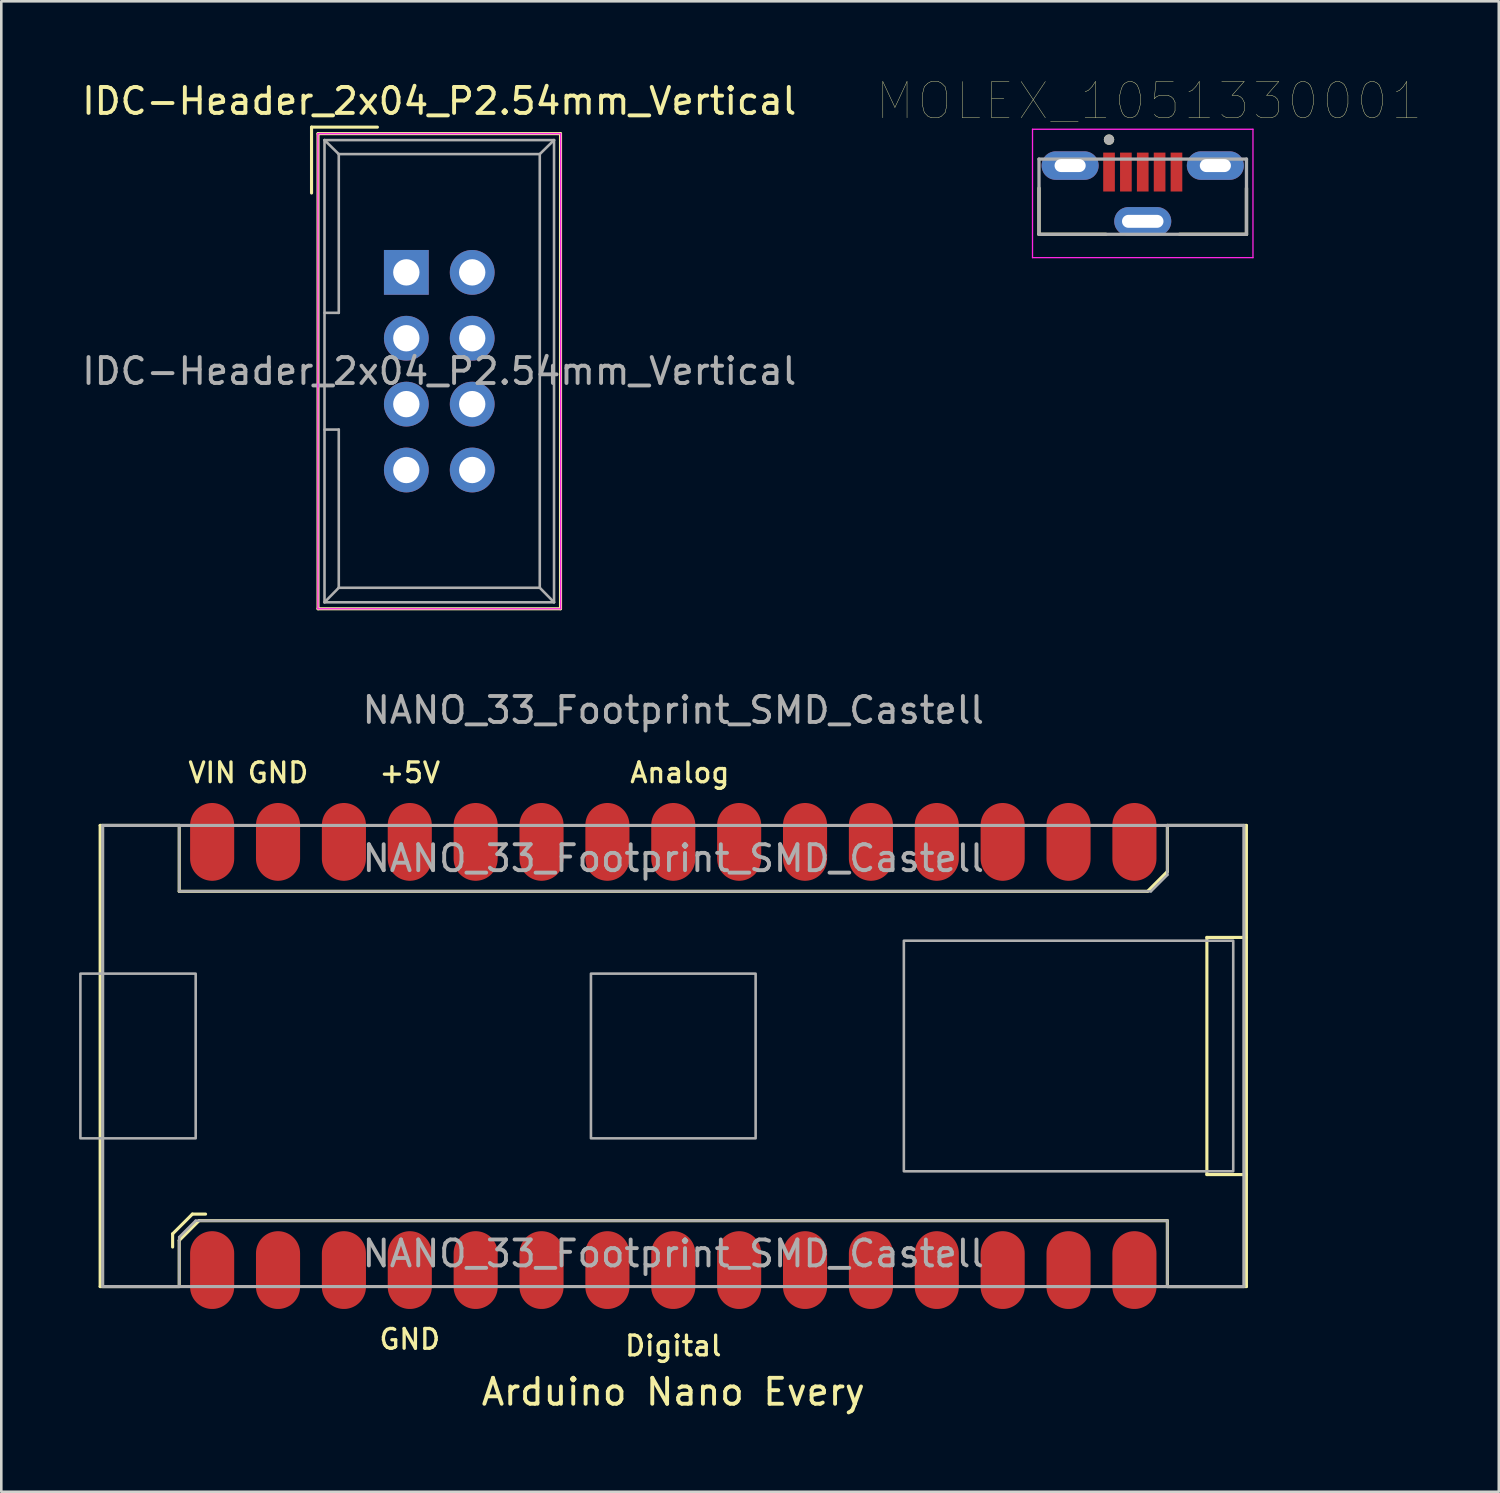
<source format=kicad_pcb>
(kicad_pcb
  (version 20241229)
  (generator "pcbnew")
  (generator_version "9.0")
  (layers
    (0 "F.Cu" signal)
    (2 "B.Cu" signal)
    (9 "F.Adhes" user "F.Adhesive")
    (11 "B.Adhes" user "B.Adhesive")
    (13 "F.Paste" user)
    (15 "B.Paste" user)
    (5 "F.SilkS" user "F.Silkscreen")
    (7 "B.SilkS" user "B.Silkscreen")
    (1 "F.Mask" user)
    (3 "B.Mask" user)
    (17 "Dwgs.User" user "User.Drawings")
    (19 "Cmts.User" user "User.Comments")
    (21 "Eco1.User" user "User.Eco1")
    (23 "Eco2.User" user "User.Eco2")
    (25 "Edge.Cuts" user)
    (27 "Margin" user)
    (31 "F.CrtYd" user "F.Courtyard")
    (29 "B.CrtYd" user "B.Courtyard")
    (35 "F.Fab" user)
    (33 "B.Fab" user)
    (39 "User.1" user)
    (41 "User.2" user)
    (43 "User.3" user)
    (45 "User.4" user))
  (footprint "MOLEX_1051330001"
    (layer "F.Cu")
    (at 41.011 3.334)
    (property "Reference" "MOLEX_1051330001" (at 0.245 -2.489 0) (layer "F.SilkS") (effects (font (size 1.4 1.4) (thickness 0.015))))
    (attr through_hole)
    (fp_line (start -4 0.87) (end -4 2.65) (stroke (width 0.127) (type solid)) (layer "F.SilkS"))
    (fp_line (start -4 2.65) (end -1.42 2.65) (stroke (width 0.127) (type solid)) (layer "F.SilkS"))
    (fp_line (start 4 0.87) (end 4 2.65) (stroke (width 0.127) (type solid)) (layer "F.SilkS"))
    (fp_line (start 4 2.65) (end 1.42 2.65) (stroke (width 0.127) (type solid)) (layer "F.SilkS"))
    (fp_circle (center -1.3 -1) (end -1.2 -1) (stroke (width 0.2) (type solid)) (fill no) (layer "F.SilkS"))
    (fp_line (start -4.25 -1.4) (end 4.25 -1.4) (stroke (width 0.05) (type solid)) (layer "F.CrtYd"))
    (fp_line (start -4.25 3.55) (end -4.25 -1.4) (stroke (width 0.05) (type solid)) (layer "F.CrtYd"))
    (fp_line (start 4.25 -1.4) (end 4.25 3.55) (stroke (width 0.05) (type solid)) (layer "F.CrtYd"))
    (fp_line (start 4.25 3.55) (end -4.25 3.55) (stroke (width 0.05) (type solid)) (layer "F.CrtYd"))
    (fp_line (start -4 -0.25) (end 4 -0.25) (stroke (width 0.127) (type solid)) (layer "F.Fab"))
    (fp_line (start -4 2.65) (end -4 -0.25) (stroke (width 0.127) (type solid)) (layer "F.Fab"))
    (fp_line (start 4 -0.25) (end 4 2.65) (stroke (width 0.127) (type solid)) (layer "F.Fab"))
    (fp_line (start 4 2.65) (end -4 2.65) (stroke (width 0.127) (type solid)) (layer "F.Fab"))
    (fp_circle (center -1.3 -1) (end -1.2 -1) (stroke (width 0.2) (type solid)) (fill no) (layer "F.Fab"))
    (pad "1" smd rect (at -1.3 0.25) (size 0.45 1.5) (layers "F.Cu" "F.Mask" "F.Paste"))
    (pad "2" smd rect (at -0.65 0.25) (size 0.45 1.5) (layers "F.Cu" "F.Mask" "F.Paste"))
    (pad "3" smd rect (at 0 0.25) (size 0.45 1.5) (layers "F.Cu" "F.Mask" "F.Paste"))
    (pad "4" smd rect (at 0.65 0.25) (size 0.45 1.5) (layers "F.Cu" "F.Mask" "F.Paste"))
    (pad "5" smd rect (at 1.3 0.25) (size 0.45 1.5) (layers "F.Cu" "F.Mask" "F.Paste"))
    (pad "S" thru_hole oval (at -2.8 0) (size 2.2 1.1) (drill oval 1.2 0.5) (layers "*.Cu" "*.Mask"))
    (pad "S" thru_hole oval (at 0 2.15) (size 2.2 1.1) (drill oval 1.6 0.5) (layers "*.Cu" "*.Mask"))
    (pad "S" thru_hole oval (at 2.8 0) (size 2.2 1.1) (drill oval 1.2 0.5) (layers "*.Cu" "*.Mask")))
  (footprint "NANO_33_Footprint_SMD_Castell"
    (layer "F.Cu")
    (at 22.91 37.666)
    (property "Reference" "NANO_33_Footprint_SMD_Castell" (at 0 -13.335 0) (layer "F.Fab") (effects (font (size 1 1) (thickness 0.15))))
    (attr through_hole)
    (fp_line (start -22.098 -8.89) (end -22.098 8.89) (stroke (width 0.12) (type solid)) (layer "F.SilkS"))
    (fp_line (start -22.098 8.89) (end -19.05 8.89) (stroke (width 0.12) (type solid)) (layer "F.SilkS"))
    (fp_line (start -19.304 6.858) (end -19.304 7.366) (stroke (width 0.12) (type solid)) (layer "F.SilkS"))
    (fp_line (start -19.05 -8.89) (end -22.098 -8.89) (stroke (width 0.12) (type solid)) (layer "F.SilkS"))
    (fp_line (start -19.05 -6.35) (end -19.05 -8.89) (stroke (width 0.12) (type solid)) (layer "F.SilkS"))
    (fp_line (start -19.05 7.112) (end -18.288 6.35) (stroke (width 0.12) (type solid)) (layer "F.SilkS"))
    (fp_line (start -19.05 8.89) (end -19.05 7.112) (stroke (width 0.12) (type solid)) (layer "F.SilkS"))
    (fp_line (start -18.542 6.096) (end -19.304 6.858) (stroke (width 0.12) (type solid)) (layer "F.SilkS"))
    (fp_line (start -18.288 6.35) (end 19.05 6.35) (stroke (width 0.12) (type solid)) (layer "F.SilkS"))
    (fp_line (start -18.034 6.096) (end -18.542 6.096) (stroke (width 0.12) (type solid)) (layer "F.SilkS"))
    (fp_line (start 18.288 -6.35) (end -19.05 -6.35) (stroke (width 0.12) (type solid)) (layer "F.SilkS"))
    (fp_line (start 19.05 -8.89) (end 19.05 -7.112) (stroke (width 0.12) (type solid)) (layer "F.SilkS"))
    (fp_line (start 19.05 -7.112) (end 18.288 -6.35) (stroke (width 0.12) (type solid)) (layer "F.SilkS"))
    (fp_line (start 19.05 6.35) (end 19.05 8.89) (stroke (width 0.12) (type solid)) (layer "F.SilkS"))
    (fp_line (start 19.05 8.89) (end 22.098 8.89) (stroke (width 0.12) (type solid)) (layer "F.SilkS"))
    (fp_line (start 20.574 -4.572) (end 20.574 4.572) (stroke (width 0.12) (type solid)) (layer "F.SilkS"))
    (fp_line (start 20.574 4.572) (end 22.098 4.572) (stroke (width 0.12) (type solid)) (layer "F.SilkS"))
    (fp_line (start 22.098 -8.89) (end 19.05 -8.89) (stroke (width 0.12) (type solid)) (layer "F.SilkS"))
    (fp_line (start 22.098 -4.572) (end 20.574 -4.572) (stroke (width 0.12) (type solid)) (layer "F.SilkS"))
    (fp_line (start 22.098 8.89) (end 22.098 -8.89) (stroke (width 0.12) (type solid)) (layer "F.SilkS"))
    (fp_line (start -22 -8.89) (end 22 -8.89) (stroke (width 0.12) (type solid)) (layer "F.Fab"))
    (fp_line (start -22 8.89) (end -22 -8.89) (stroke (width 0.12) (type solid)) (layer "F.Fab"))
    (fp_line (start -22 8.89) (end 22 8.89) (stroke (width 0.12) (type solid)) (layer "F.Fab"))
    (fp_line (start -19.05 -8.89) (end 19.05 -8.89) (stroke (width 0.1) (type solid)) (layer "F.Fab"))
    (fp_line (start -19.05 -6.35) (end -19.05 -8.89) (stroke (width 0.1) (type solid)) (layer "F.Fab"))
    (fp_line (start -19.05 6.985) (end -18.415 6.35) (stroke (width 0.1) (type solid)) (layer "F.Fab"))
    (fp_line (start -19.05 8.89) (end -19.05 6.985) (stroke (width 0.1) (type solid)) (layer "F.Fab"))
    (fp_line (start -18.415 6.35) (end 19.05 6.35) (stroke (width 0.1) (type solid)) (layer "F.Fab"))
    (fp_line (start 18.415 -6.35) (end -19.05 -6.35) (stroke (width 0.1) (type solid)) (layer "F.Fab"))
    (fp_line (start 19.05 -8.89) (end 19.05 -6.985) (stroke (width 0.1) (type solid)) (layer "F.Fab"))
    (fp_line (start 19.05 -6.985) (end 18.415 -6.35) (stroke (width 0.1) (type solid)) (layer "F.Fab"))
    (fp_line (start 19.05 6.35) (end 19.05 8.89) (stroke (width 0.1) (type solid)) (layer "F.Fab"))
    (fp_line (start 19.05 8.89) (end -19.05 8.89) (stroke (width 0.1) (type solid)) (layer "F.Fab"))
    (fp_line (start 22 8.89) (end 22 -8.89) (stroke (width 0.12) (type solid)) (layer "F.Fab"))
    (fp_poly (pts (xy -22.86 3.175) (xy -18.415 3.175) (xy -18.415 -3.175) (xy -22.86 -3.175)) (stroke (width 0.1) (type solid)) (fill no) (layer "F.Fab"))
    (fp_poly (pts (xy -3.175 3.175) (xy 3.175 3.175) (xy 3.175 -3.175) (xy -3.175 -3.175)) (stroke (width 0.1) (type solid)) (fill no) (layer "F.Fab"))
    (fp_poly (pts (xy 8.89 4.445) (xy 21.59 4.445) (xy 21.59 -4.445) (xy 8.89 -4.445)) (stroke (width 0.1) (type solid)) (fill no) (layer "F.Fab"))
    (fp_text user "Arduino Nano Every" (at 0 12.954 0) (layer "F.SilkS") (effects (font (size 1 1) (thickness 0.15))))
    (fp_text user "Analog" (at 0.254 -10.922 0) (layer "F.SilkS") (effects (font (size 0.762 0.762) (thickness 0.127))))
    (fp_text user "+5V" (at -10.16 -10.922 0) (layer "F.SilkS") (effects (font (size 0.762 0.762) (thickness 0.127))))
    (fp_text user "GND" (at -10.16 10.922 180) (layer "F.SilkS") (effects (font (size 0.762 0.762) (thickness 0.127))))
    (fp_text user "VIN" (at -17.78 -10.922 0) (layer "F.SilkS") (effects (font (size 0.762 0.762) (thickness 0.127))))
    (fp_text user "GND" (at -15.24 -10.922 0) (layer "F.SilkS") (effects (font (size 0.762 0.762) (thickness 0.127))))
    (fp_text user "Digital" (at 0 11.176 0) (layer "F.SilkS") (effects (font (size 0.762 0.762) (thickness 0.127))))
    (fp_text user "${REFERENCE}" (at 0 7.62 180) (layer "F.Fab") (effects (font (size 1 1) (thickness 0.15))))
    (fp_text user "${REFERENCE}" (at 0 -7.62 0) (layer "F.Fab") (effects (font (size 1 1) (thickness 0.15))))
    (pad "1" smd oval (at -17.78 8.255 90) (size 3 1.7) (layers "F.Cu" "F.Mask"))
    (pad "2" smd oval (at -15.24 8.255 90) (size 3 1.7) (layers "F.Cu" "F.Mask"))
    (pad "3" smd oval (at -12.7 8.255 90) (size 3 1.7) (layers "F.Cu" "F.Mask"))
    (pad "4" smd oval (at -10.16 8.255 90) (size 3 1.7) (layers "F.Cu" "F.Mask"))
    (pad "5" smd oval (at -7.62 8.255 90) (size 3 1.7) (layers "F.Cu" "F.Mask"))
    (pad "6" smd oval (at -5.08 8.255 90) (size 3 1.7) (layers "F.Cu" "F.Mask"))
    (pad "7" smd oval (at -2.54 8.255 90) (size 3 1.7) (layers "F.Cu" "F.Mask"))
    (pad "8" smd oval (at 0 8.255 90) (size 3 1.7) (layers "F.Cu" "F.Mask"))
    (pad "9" smd oval (at 2.54 8.255 90) (size 3 1.7) (layers "F.Cu" "F.Mask"))
    (pad "10" smd oval (at 5.08 8.255 90) (size 3 1.7) (layers "F.Cu" "F.Mask"))
    (pad "11" smd oval (at 7.62 8.255 90) (size 3 1.7) (layers "F.Cu" "F.Mask"))
    (pad "12" smd oval (at 10.16 8.255 90) (size 3 1.7) (layers "F.Cu" "F.Mask"))
    (pad "13" smd oval (at 12.7 8.255 90) (size 3 1.7) (layers "F.Cu" "F.Mask"))
    (pad "14" smd oval (at 15.24 8.255 90) (size 3 1.7) (layers "F.Cu" "F.Mask"))
    (pad "15" smd oval (at 17.78 8.255 90) (size 3 1.7) (layers "F.Cu" "F.Mask"))
    (pad "16" smd oval (at 17.78 -8.255 270) (size 3 1.7) (layers "F.Cu" "F.Mask"))
    (pad "17" smd oval (at 15.24 -8.255 270) (size 3 1.7) (layers "F.Cu" "F.Mask"))
    (pad "18" smd oval (at 12.7 -8.255 270) (size 3 1.7) (layers "F.Cu" "F.Mask"))
    (pad "19" smd oval (at 10.16 -8.255 270) (size 3 1.7) (layers "F.Cu" "F.Mask"))
    (pad "20" smd oval (at 7.62 -8.255 270) (size 3 1.7) (layers "F.Cu" "F.Mask"))
    (pad "21" smd oval (at 5.08 -8.255 270) (size 3 1.7) (layers "F.Cu" "F.Mask"))
    (pad "22" smd oval (at 2.54 -8.255 270) (size 3 1.7) (layers "F.Cu" "F.Mask"))
    (pad "23" smd oval (at 0 -8.255 270) (size 3 1.7) (layers "F.Cu" "F.Mask"))
    (pad "24" smd oval (at -2.54 -8.255 270) (size 3 1.7) (layers "F.Cu" "F.Mask"))
    (pad "25" smd oval (at -5.08 -8.255 270) (size 3 1.7) (layers "F.Cu" "F.Mask"))
    (pad "26" smd oval (at -7.62 -8.255 270) (size 3 1.7) (layers "F.Cu" "F.Mask"))
    (pad "27" smd oval (at -10.16 -8.255 270) (size 3 1.7) (layers "F.Cu" "F.Mask"))
    (pad "28" smd oval (at -12.7 -8.255 270) (size 3 1.7) (layers "F.Cu" "F.Mask"))
    (pad "29" smd oval (at -15.24 -8.255 270) (size 3 1.7) (layers "F.Cu" "F.Mask"))
    (pad "30" smd oval (at -17.78 -8.255 270) (size 3 1.7) (layers "F.Cu" "F.Mask")))
  (footprint "IDC-Header_2x04_P2.54mm_Vertical"
    (layer "F.Cu")
    (at 12.617 7.452)
    (property "Reference" "IDC-Header_2x04_P2.54mm_Vertical" (at 1.27 -6.604 0) (layer "F.SilkS") (effects (font (size 1 1) (thickness 0.15))))
    (attr through_hole)
    (fp_line (start -3.655 -5.6) (end -3.655 -3.06) (stroke (width 0.12) (type solid)) (layer "F.SilkS"))
    (fp_line (start -3.655 -5.6) (end -1.115 -5.6) (stroke (width 0.12) (type solid)) (layer "F.SilkS"))
    (fp_line (start -3.405 -5.35) (end 5.945 -5.35) (stroke (width 0.12) (type solid)) (layer "F.SilkS"))
    (fp_line (start -3.405 12.97) (end -3.405 -5.35) (stroke (width 0.12) (type solid)) (layer "F.SilkS"))
    (fp_line (start 5.945 -5.35) (end 5.945 12.97) (stroke (width 0.12) (type solid)) (layer "F.SilkS"))
    (fp_line (start 5.945 12.97) (end -3.405 12.97) (stroke (width 0.12) (type solid)) (layer "F.SilkS"))
    (fp_line (start -3.41 -5.35) (end 5.95 -5.35) (stroke (width 0.05) (type solid)) (layer "F.CrtYd"))
    (fp_line (start -3.41 12.97) (end -3.41 -5.35) (stroke (width 0.05) (type solid)) (layer "F.CrtYd"))
    (fp_line (start 5.95 -5.35) (end 5.95 12.97) (stroke (width 0.05) (type solid)) (layer "F.CrtYd"))
    (fp_line (start 5.95 12.97) (end -3.41 12.97) (stroke (width 0.05) (type solid)) (layer "F.CrtYd"))
    (fp_line (start -3.155 -5.1) (end -3.155 12.72) (stroke (width 0.1) (type solid)) (layer "F.Fab"))
    (fp_line (start -3.155 -5.1) (end -2.605 -4.56) (stroke (width 0.1) (type solid)) (layer "F.Fab"))
    (fp_line (start -3.155 12.72) (end -2.605 12.16) (stroke (width 0.1) (type solid)) (layer "F.Fab"))
    (fp_line (start -2.605 -4.56) (end -2.605 1.56) (stroke (width 0.1) (type solid)) (layer "F.Fab"))
    (fp_line (start -2.605 1.56) (end -3.155 1.56) (stroke (width 0.1) (type solid)) (layer "F.Fab"))
    (fp_line (start -2.605 6.06) (end -3.155 6.06) (stroke (width 0.1) (type solid)) (layer "F.Fab"))
    (fp_line (start -2.605 6.06) (end -2.605 12.16) (stroke (width 0.1) (type solid)) (layer "F.Fab"))
    (fp_line (start 5.145 -4.56) (end -2.605 -4.56) (stroke (width 0.1) (type solid)) (layer "F.Fab"))
    (fp_line (start 5.145 -4.56) (end 5.145 12.16) (stroke (width 0.1) (type solid)) (layer "F.Fab"))
    (fp_line (start 5.145 12.16) (end -2.605 12.16) (stroke (width 0.1) (type solid)) (layer "F.Fab"))
    (fp_line (start 5.695 -5.1) (end -3.155 -5.1) (stroke (width 0.1) (type solid)) (layer "F.Fab"))
    (fp_line (start 5.695 -5.1) (end 5.145 -4.56) (stroke (width 0.1) (type solid)) (layer "F.Fab"))
    (fp_line (start 5.695 -5.1) (end 5.695 12.72) (stroke (width 0.1) (type solid)) (layer "F.Fab"))
    (fp_line (start 5.695 12.72) (end -3.155 12.72) (stroke (width 0.1) (type solid)) (layer "F.Fab"))
    (fp_line (start 5.695 12.72) (end 5.145 12.16) (stroke (width 0.1) (type solid)) (layer "F.Fab"))
    (fp_text user "${REFERENCE}" (at 1.27 3.81 0) (layer "F.Fab") (effects (font (size 1 1) (thickness 0.15))))
    (pad "1" thru_hole rect (at 0 0) (size 1.727 1.727) (drill 1.016) (layers "*.Cu" "*.Mask"))
    (pad "2" thru_hole oval (at 2.54 0) (size 1.727 1.727) (drill 1.016) (layers "*.Cu" "*.Mask"))
    (pad "3" thru_hole oval (at 0 2.54) (size 1.727 1.727) (drill 1.016) (layers "*.Cu" "*.Mask"))
    (pad "4" thru_hole oval (at 2.54 2.54) (size 1.727 1.727) (drill 1.016) (layers "*.Cu" "*.Mask"))
    (pad "5" thru_hole oval (at 0 5.08) (size 1.727 1.727) (drill 1.016) (layers "*.Cu" "*.Mask"))
    (pad "6" thru_hole oval (at 2.54 5.08) (size 1.727 1.727) (drill 1.016) (layers "*.Cu" "*.Mask"))
    (pad "7" thru_hole oval (at 0 7.62) (size 1.727 1.727) (drill 1.016) (layers "*.Cu" "*.Mask"))
    (pad "8" thru_hole oval (at 2.54 7.62) (size 1.727 1.727) (drill 1.016) (layers "*.Cu" "*.Mask")))
  (gr_rect
    (start -3 -3)
    (end 54.739 54.468)
    (stroke (width 0.1) (type default))
    (fill no)
    (layer "Edge.Cuts")))
</source>
